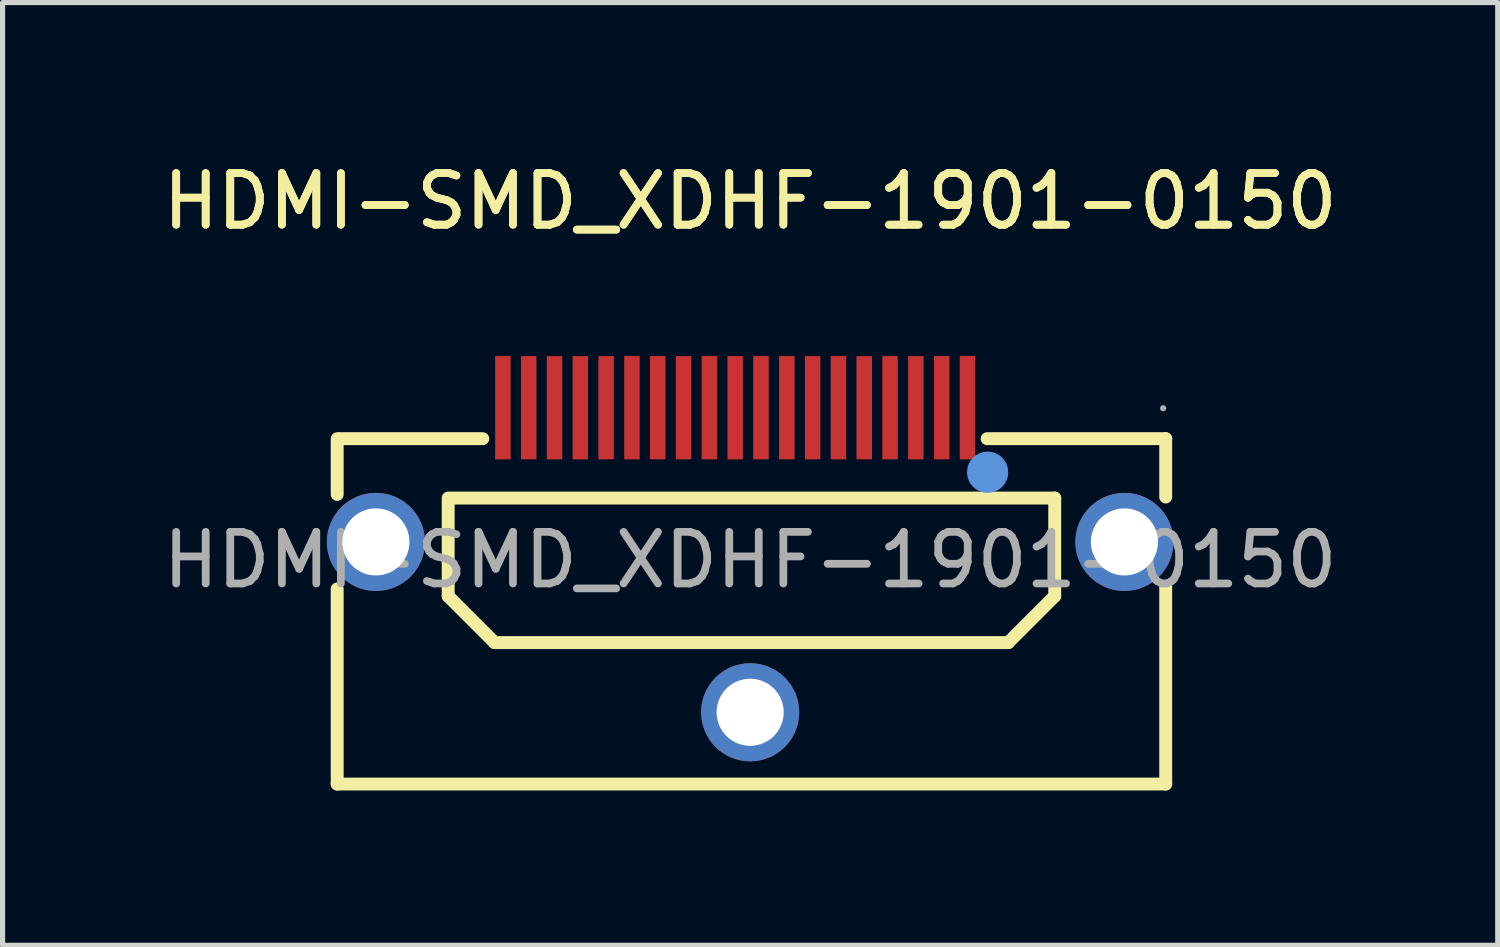
<source format=kicad_pcb>
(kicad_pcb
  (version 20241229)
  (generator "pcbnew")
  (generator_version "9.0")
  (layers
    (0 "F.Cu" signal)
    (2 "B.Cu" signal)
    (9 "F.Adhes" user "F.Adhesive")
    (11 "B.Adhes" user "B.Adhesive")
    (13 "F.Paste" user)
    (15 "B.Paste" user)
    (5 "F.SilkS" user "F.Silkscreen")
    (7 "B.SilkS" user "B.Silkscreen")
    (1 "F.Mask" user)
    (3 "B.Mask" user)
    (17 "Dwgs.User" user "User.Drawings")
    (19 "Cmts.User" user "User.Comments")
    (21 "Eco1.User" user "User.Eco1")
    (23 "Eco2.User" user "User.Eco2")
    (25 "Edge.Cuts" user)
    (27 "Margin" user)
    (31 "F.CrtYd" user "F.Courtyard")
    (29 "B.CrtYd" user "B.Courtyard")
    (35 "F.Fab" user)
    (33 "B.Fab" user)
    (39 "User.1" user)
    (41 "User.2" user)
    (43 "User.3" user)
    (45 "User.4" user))
  (footprint "HDMI-SMD_XDHF-1901-0150"
    (layer "F.Cu")
    (at 11.482 7.798)
    (property "Reference" "HDMI-SMD_XDHF-1901-0150" (at 0 -6.95 0) (layer "F.SilkS") (effects (font (size 1 1) (thickness 0.15))))
    (attr smd)
    (fp_line (start -8 -2.35) (end -8 -1.27) (stroke (width 0.25) (type solid)) (layer "F.SilkS"))
    (fp_line (start -8 0.56) (end -8 4.34) (stroke (width 0.25) (type solid)) (layer "F.SilkS"))
    (fp_line (start -8 4.34) (end 8.05 4.34) (stroke (width 0.25) (type solid)) (layer "F.SilkS"))
    (fp_line (start -5.85 -1.2) (end 5.9 -1.2) (stroke (width 0.25) (type solid)) (layer "F.SilkS"))
    (fp_line (start -5.85 0.7) (end -5.85 -1.15) (stroke (width 0.25) (type solid)) (layer "F.SilkS"))
    (fp_line (start -5.18 -2.35) (end -7.95 -2.35) (stroke (width 0.25) (type solid)) (layer "F.SilkS"))
    (fp_line (start -4.95 1.6) (end -5.85 0.7) (stroke (width 0.25) (type solid)) (layer "F.SilkS"))
    (fp_line (start 5 1.6) (end -4.95 1.6) (stroke (width 0.25) (type solid)) (layer "F.SilkS"))
    (fp_line (start 5.9 -1.2) (end 5.9 0.7) (stroke (width 0.25) (type solid)) (layer "F.SilkS"))
    (fp_line (start 5.9 0.7) (end 5 1.6) (stroke (width 0.25) (type solid)) (layer "F.SilkS"))
    (fp_line (start 8.05 -2.35) (end 4.59 -2.35) (stroke (width 0.25) (type solid)) (layer "F.SilkS"))
    (fp_line (start 8.05 -1.22) (end 8.05 -2.35) (stroke (width 0.25) (type solid)) (layer "F.SilkS"))
    (fp_line (start 8.05 4.34) (end 8.05 0.51) (stroke (width 0.25) (type solid)) (layer "F.SilkS"))
    (fp_circle (center 4.6 -1.7) (end 4.8 -1.7) (stroke (width 0.4) (type solid)) (fill no) (layer "Cmts.User"))
    (fp_circle (center 8 -2.94) (end 8.03 -2.94) (stroke (width 0.06) (type solid)) (fill no) (layer "F.Fab"))
    (fp_text user "${REFERENCE}" (at 0 -6.95 0) (layer "F.SilkS") (effects (font (size 1 1) (thickness 0.15))))
    (fp_text user "${REFERENCE}" (at 0 0 0) (layer "F.Fab") (effects (font (size 1 1) (thickness 0.15))))
    (pad "1" smd rect (at 4.21 -2.95) (size 0.3 2) (layers "F.Cu" "F.Mask" "F.Paste"))
    (pad "2" smd rect (at 3.71 -2.95) (size 0.3 2) (layers "F.Cu" "F.Mask" "F.Paste"))
    (pad "3" smd rect (at 3.21 -2.95) (size 0.3 2) (layers "F.Cu" "F.Mask" "F.Paste"))
    (pad "4" smd rect (at 2.71 -2.95) (size 0.3 2) (layers "F.Cu" "F.Mask" "F.Paste"))
    (pad "5" smd rect (at 2.21 -2.95) (size 0.3 2) (layers "F.Cu" "F.Mask" "F.Paste"))
    (pad "6" smd rect (at 1.71 -2.95) (size 0.3 2) (layers "F.Cu" "F.Mask" "F.Paste"))
    (pad "7" smd rect (at 1.21 -2.95) (size 0.3 2) (layers "F.Cu" "F.Mask" "F.Paste"))
    (pad "8" smd rect (at 0.71 -2.95) (size 0.3 2) (layers "F.Cu" "F.Mask" "F.Paste"))
    (pad "9" smd rect (at 0.21 -2.95) (size 0.3 2) (layers "F.Cu" "F.Mask" "F.Paste"))
    (pad "10" smd rect (at -0.29 -2.95) (size 0.3 2) (layers "F.Cu" "F.Mask" "F.Paste"))
    (pad "11" smd rect (at -0.79 -2.95) (size 0.3 2) (layers "F.Cu" "F.Mask" "F.Paste"))
    (pad "12" smd rect (at -1.29 -2.95) (size 0.3 2) (layers "F.Cu" "F.Mask" "F.Paste"))
    (pad "13" smd rect (at -1.79 -2.95) (size 0.3 2) (layers "F.Cu" "F.Mask" "F.Paste"))
    (pad "14" smd rect (at -2.29 -2.95) (size 0.3 2) (layers "F.Cu" "F.Mask" "F.Paste"))
    (pad "15" smd rect (at -2.79 -2.95) (size 0.3 2) (layers "F.Cu" "F.Mask" "F.Paste"))
    (pad "16" smd rect (at -3.29 -2.95) (size 0.3 2) (layers "F.Cu" "F.Mask" "F.Paste"))
    (pad "17" smd rect (at -3.79 -2.95) (size 0.3 2) (layers "F.Cu" "F.Mask" "F.Paste"))
    (pad "18" smd rect (at -4.29 -2.95) (size 0.3 2) (layers "F.Cu" "F.Mask" "F.Paste"))
    (pad "19" smd rect (at -4.79 -2.95) (size 0.3 2) (layers "F.Cu" "F.Mask" "F.Paste"))
    (pad "20" thru_hole circle (at 7.25 -0.35 180) (size 1.9 1.9) (drill 1.3) (layers "*.Cu" "*.Mask"))
    (pad "21" thru_hole circle (at -7.25 -0.35 180) (size 1.9 1.9) (drill 1.3) (layers "*.Cu" "*.Mask"))
    (pad "22" thru_hole circle (at 0 2.95 180) (size 1.9 1.9) (drill 1.3) (layers "*.Cu" "*.Mask")))
  (gr_rect
    (start -3 -3)
    (end 25.964 15.263)
    (stroke (width 0.1) (type default))
    (fill no)
    (layer "Edge.Cuts")))
</source>
